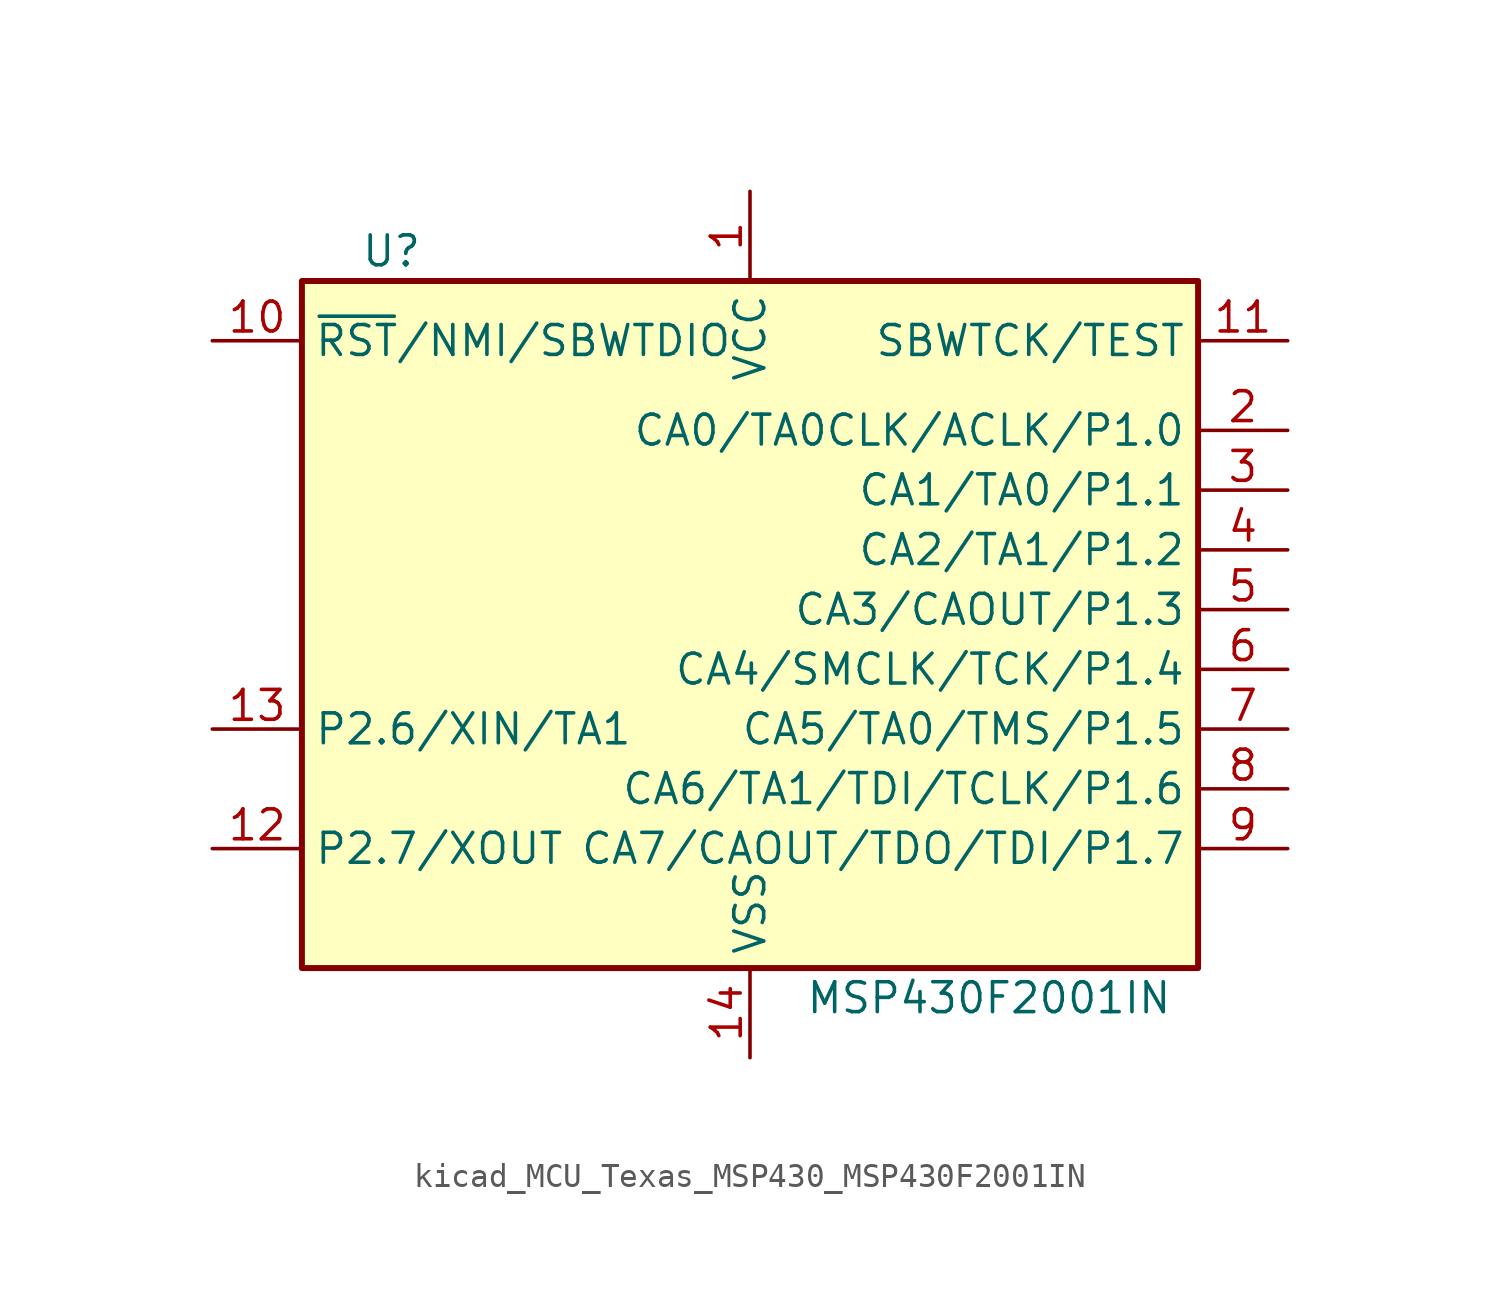
<source format=kicad_sym>
(kicad_symbol_lib
  (version 20220914)
  (generator kicad_symbol_editor)
  (symbol "kicad_MCU_Texas_MSP430_MSP430F2001IN"
    (property "Reference" "U"
      (at -15.24 15.24 0)
      (effects (font (size 1.27 1.27))))
    (property "Value" "MSP430F2001IN"
      (at 10.16 -16.51 0)
      (effects (font (size 1.27 1.27))))
    (symbol "kicad_MCU_Texas_MSP430_MSP430F2001IN_0_1"
      (rectangle (start -19.05 13.97) (end 19.05 -15.24) (stroke (width 0.254) (type default)) (fill (type background))))
    (symbol "kicad_MCU_Texas_MSP430_MSP430F2001IN_1_1"
      (pin power_in line (at 0 17.78 270) (length 3.81) (name "VCC" (effects (font (size 1.27 1.27)))) (number "1" (effects (font (size 1.27 1.27)))))
      (pin input line (at -22.86 11.43 0) (length 3.81) (name "~{RST}/NMI/SBWTDIO" (effects (font (size 1.27 1.27)))) (number "10" (effects (font (size 1.27 1.27)))))
      (pin input line (at 22.86 11.43 180) (length 3.81) (name "SBWTCK/TEST" (effects (font (size 1.27 1.27)))) (number "11" (effects (font (size 1.27 1.27)))))
      (pin bidirectional line (at -22.86 -10.16 0) (length 3.81) (name "P2.7/XOUT" (effects (font (size 1.27 1.27)))) (number "12" (effects (font (size 1.27 1.27)))))
      (pin bidirectional line (at -22.86 -5.08 0) (length 3.81) (name "P2.6/XIN/TA1" (effects (font (size 1.27 1.27)))) (number "13" (effects (font (size 1.27 1.27)))))
      (pin power_in line (at 0 -19.05 90) (length 3.81) (name "VSS" (effects (font (size 1.27 1.27)))) (number "14" (effects (font (size 1.27 1.27)))))
      (pin bidirectional line (at 22.86 7.62 180) (length 3.81) (name "CA0/TA0CLK/ACLK/P1.0" (effects (font (size 1.27 1.27)))) (number "2" (effects (font (size 1.27 1.27)))))
      (pin bidirectional line (at 22.86 5.08 180) (length 3.81) (name "CA1/TA0/P1.1" (effects (font (size 1.27 1.27)))) (number "3" (effects (font (size 1.27 1.27)))))
      (pin bidirectional line (at 22.86 2.54 180) (length 3.81) (name "CA2/TA1/P1.2" (effects (font (size 1.27 1.27)))) (number "4" (effects (font (size 1.27 1.27)))))
      (pin bidirectional line (at 22.86 0 180) (length 3.81) (name "CA3/CAOUT/P1.3" (effects (font (size 1.27 1.27)))) (number "5" (effects (font (size 1.27 1.27)))))
      (pin bidirectional line (at 22.86 -2.54 180) (length 3.81) (name "CA4/SMCLK/TCK/P1.4" (effects (font (size 1.27 1.27)))) (number "6" (effects (font (size 1.27 1.27)))))
      (pin bidirectional line (at 22.86 -5.08 180) (length 3.81) (name "CA5/TA0/TMS/P1.5" (effects (font (size 1.27 1.27)))) (number "7" (effects (font (size 1.27 1.27)))))
      (pin bidirectional line (at 22.86 -7.62 180) (length 3.81) (name "CA6/TA1/TDI/TCLK/P1.6" (effects (font (size 1.27 1.27)))) (number "8" (effects (font (size 1.27 1.27)))))
      (pin bidirectional line (at 22.86 -10.16 180) (length 3.81) (name "CA7/CAOUT/TDO/TDI/P1.7" (effects (font (size 1.27 1.27)))) (number "9" (effects (font (size 1.27 1.27))))))))
</source>
